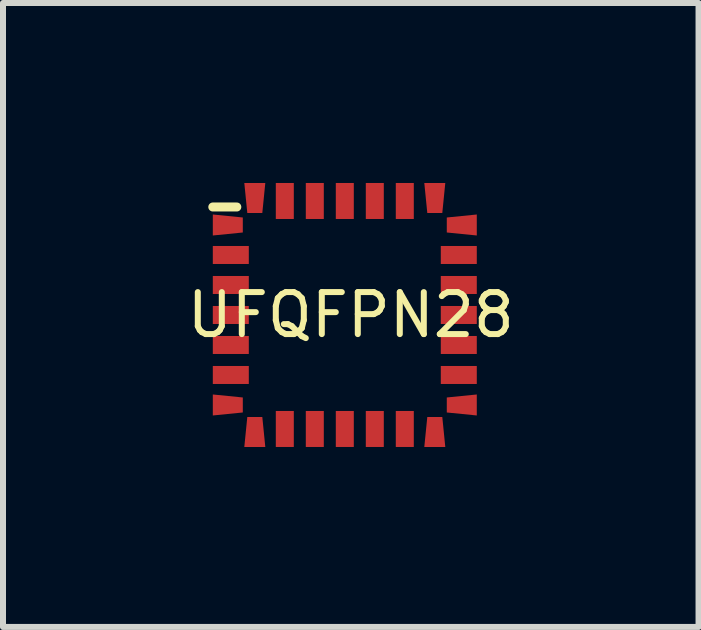
<source format=kicad_pcb>
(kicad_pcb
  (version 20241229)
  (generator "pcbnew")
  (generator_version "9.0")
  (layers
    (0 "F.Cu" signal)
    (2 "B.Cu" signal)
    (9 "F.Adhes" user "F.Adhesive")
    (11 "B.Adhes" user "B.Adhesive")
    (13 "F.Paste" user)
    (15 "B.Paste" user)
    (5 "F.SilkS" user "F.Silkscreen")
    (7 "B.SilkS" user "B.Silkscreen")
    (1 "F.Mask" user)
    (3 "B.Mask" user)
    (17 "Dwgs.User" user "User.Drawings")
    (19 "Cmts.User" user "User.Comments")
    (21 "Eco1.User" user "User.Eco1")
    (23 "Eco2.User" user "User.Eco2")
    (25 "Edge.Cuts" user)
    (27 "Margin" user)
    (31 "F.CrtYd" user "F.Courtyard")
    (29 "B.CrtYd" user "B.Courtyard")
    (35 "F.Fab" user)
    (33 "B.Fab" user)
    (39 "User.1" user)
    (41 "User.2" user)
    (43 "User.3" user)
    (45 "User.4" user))
  (footprint "UFQFPN28"
    (layer "F.Cu")
    (at 2.697 2.2)
    (property "Reference" "UFQFPN28" (at 0.1 0 0) (layer "F.SilkS") (effects (font (size 0.7 0.7) (thickness 0.1))))
    (attr through_hole)
    (fp_line (start -2.2 -1.8) (end -1.8 -1.8) (stroke (width 0.15) (type solid)) (layer "F.SilkS"))
    (pad "1" smd trapezoid (at -1.95 -1.5) (size 0.5 0.3) (rect_delta 0.05 0) (layers "F.Cu" "F.Mask" "F.Paste"))
    (pad "2" smd rect (at -1.9 -1) (size 0.6 0.3) (layers "F.Cu" "F.Mask" "F.Paste"))
    (pad "3" smd rect (at -1.9 -0.5) (size 0.6 0.3) (layers "F.Cu" "F.Mask" "F.Paste"))
    (pad "4" smd rect (at -1.9 0) (size 0.6 0.3) (layers "F.Cu" "F.Mask" "F.Paste"))
    (pad "5" smd rect (at -1.9 0.5) (size 0.6 0.3) (layers "F.Cu" "F.Mask" "F.Paste"))
    (pad "6" smd rect (at -1.9 1) (size 0.6 0.3) (layers "F.Cu" "F.Mask" "F.Paste"))
    (pad "7" smd trapezoid (at -1.95 1.5) (size 0.5 0.3) (rect_delta 0.05 0) (layers "F.Cu" "F.Mask" "F.Paste"))
    (pad "8" smd trapezoid (at -1.5 1.95 90) (size 0.5 0.3) (rect_delta 0.05 0) (layers "F.Cu" "F.Mask" "F.Paste"))
    (pad "9" smd rect (at -1 1.9 90) (size 0.6 0.3) (layers "F.Cu" "F.Mask" "F.Paste"))
    (pad "10" smd rect (at -0.5 1.9 90) (size 0.6 0.3) (layers "F.Cu" "F.Mask" "F.Paste"))
    (pad "11" smd rect (at 0 1.9 90) (size 0.6 0.3) (layers "F.Cu" "F.Mask" "F.Paste"))
    (pad "12" smd rect (at 0.5 1.9 90) (size 0.6 0.3) (layers "F.Cu" "F.Mask" "F.Paste"))
    (pad "13" smd rect (at 1 1.9 90) (size 0.6 0.3) (layers "F.Cu" "F.Mask" "F.Paste"))
    (pad "14" smd trapezoid (at 1.5 1.95 90) (size 0.5 0.3) (rect_delta 0.05 0) (layers "F.Cu" "F.Mask" "F.Paste"))
    (pad "15" smd trapezoid (at 1.95 1.5 180) (size 0.5 0.3) (rect_delta 0.05 0) (layers "F.Cu" "F.Mask" "F.Paste"))
    (pad "16" smd rect (at 1.9 1) (size 0.6 0.3) (layers "F.Cu" "F.Mask" "F.Paste"))
    (pad "17" smd rect (at 1.9 0.5) (size 0.6 0.3) (layers "F.Cu" "F.Mask" "F.Paste"))
    (pad "18" smd rect (at 1.9 0) (size 0.6 0.3) (layers "F.Cu" "F.Mask" "F.Paste"))
    (pad "19" smd rect (at 1.9 -0.5) (size 0.6 0.3) (layers "F.Cu" "F.Mask" "F.Paste"))
    (pad "20" smd rect (at 1.9 -1) (size 0.6 0.3) (layers "F.Cu" "F.Mask" "F.Paste"))
    (pad "21" smd trapezoid (at 1.95 -1.5 180) (size 0.5 0.3) (rect_delta 0.05 0) (layers "F.Cu" "F.Mask" "F.Paste"))
    (pad "22" smd trapezoid (at 1.5 -1.95 270) (size 0.5 0.3) (rect_delta 0.05 0) (layers "F.Cu" "F.Mask" "F.Paste"))
    (pad "23" smd rect (at 1 -1.9 90) (size 0.6 0.3) (layers "F.Cu" "F.Mask" "F.Paste"))
    (pad "24" smd rect (at 0.5 -1.9 90) (size 0.6 0.3) (layers "F.Cu" "F.Mask" "F.Paste"))
    (pad "25" smd rect (at 0 -1.9 90) (size 0.6 0.3) (layers "F.Cu" "F.Mask" "F.Paste"))
    (pad "26" smd rect (at -0.5 -1.9 90) (size 0.6 0.3) (layers "F.Cu" "F.Mask" "F.Paste"))
    (pad "27" smd rect (at -1 -1.9 90) (size 0.6 0.3) (layers "F.Cu" "F.Mask" "F.Paste"))
    (pad "28" smd trapezoid (at -1.5 -1.95 270) (size 0.5 0.3) (rect_delta 0.05 0) (layers "F.Cu" "F.Mask" "F.Paste")))
  (gr_rect
    (start -3 -3)
    (end 8.593 7.4)
    (stroke (width 0.1) (type default))
    (fill no)
    (layer "Edge.Cuts")))
</source>
